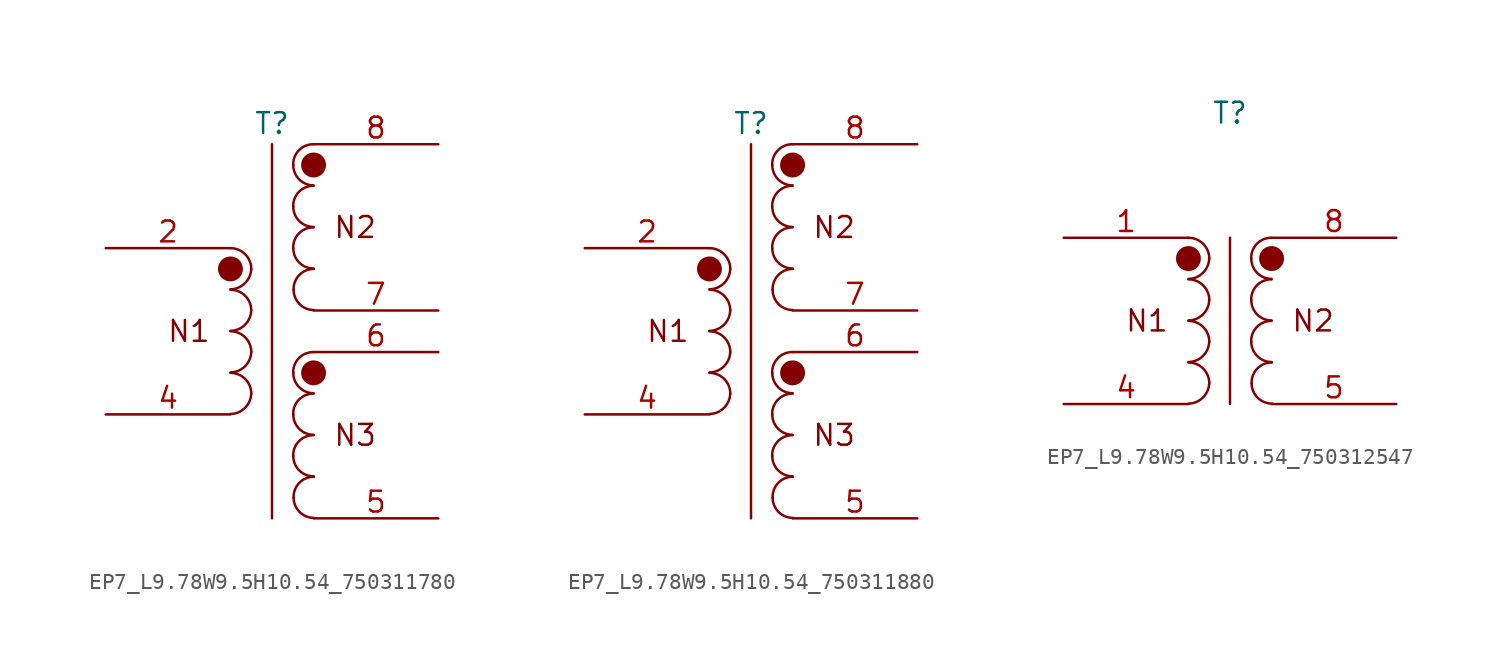
<source format=kicad_sym>
(kicad_symbol_lib
  (version 20220914)
  (generator kicad_symbol_editor)
  (symbol "EP7_L9.78W9.5H10.54_750311780"
    (pin_names hide)
    (property "Reference" "T"
      (at 0 12.7 0)
      (effects (font (size 1.27 1.27))))
    (symbol "EP7_L9.78W9.5H10.54_750311780_0_1"
      (arc (start -2.54 -5.0546) (mid -1.6599 -4.6901) (end -1.27 -3.81) (stroke (width 0) (type default)) (fill (type none)))
      (arc (start -2.54 -2.5146) (mid -1.6599 -2.1501) (end -1.27 -1.27) (stroke (width 0) (type default)) (fill (type none)))
      (arc (start -2.54 0.0254) (mid -1.6599 0.3899) (end -1.27 1.27) (stroke (width 0) (type default)) (fill (type none)))
      (arc (start -2.54 2.5654) (mid -1.6599 2.9299) (end -1.27 3.81) (stroke (width 0) (type default)) (fill (type none)))
      (arc (start -1.27 -3.81) (mid -1.642 -2.912) (end -2.54 -2.54) (stroke (width 0) (type default)) (fill (type none)))
      (arc (start -1.27 -1.27) (mid -1.642 -0.372) (end -2.54 0) (stroke (width 0) (type default)) (fill (type none)))
      (arc (start -1.27 1.27) (mid -1.642 2.168) (end -2.54 2.54) (stroke (width 0) (type default)) (fill (type none)))
      (arc (start -1.27 3.81) (mid -1.642 4.708) (end -2.54 5.08) (stroke (width 0) (type default)) (fill (type none)))
      (polyline (pts (xy 0 11.43) (xy 0 -11.43)) (stroke (width 0) (type default)) (fill (type none)))
      (arc (start 1.2954 -7.62) (mid 1.6599 -8.5001) (end 2.54 -8.8646) (stroke (width 0) (type default)) (fill (type none)))
      (arc (start 1.2954 -5.08) (mid 1.6599 -5.9601) (end 2.54 -6.3246) (stroke (width 0) (type default)) (fill (type none)))
      (arc (start 1.2954 -2.54) (mid 1.6599 -3.4201) (end 2.54 -3.7846) (stroke (width 0) (type default)) (fill (type none)))
      (arc (start 1.2954 5.08) (mid 1.6599 4.1999) (end 2.54 3.8354) (stroke (width 0) (type default)) (fill (type none)))
      (arc (start 1.2954 7.62) (mid 1.6599 6.7399) (end 2.54 6.3754) (stroke (width 0) (type default)) (fill (type none)))
      (arc (start 1.2954 10.16) (mid 1.6599 9.2799) (end 2.54 8.9154) (stroke (width 0) (type default)) (fill (type none)))
      (arc (start 1.3208 -10.16) (mid 1.6855 -11.0399) (end 2.5654 -11.4046) (stroke (width 0) (type default)) (fill (type none)))
      (arc (start 1.3208 2.54) (mid 1.6854 1.6601) (end 2.5654 1.2954) (stroke (width 0) (type default)) (fill (type none)))
      (arc (start 2.54 -6.35) (mid 1.6458 -6.7185) (end 1.2954 -7.62) (stroke (width 0) (type default)) (fill (type none)))
      (arc (start 2.54 -3.81) (mid 1.6458 -4.1785) (end 1.2954 -5.08) (stroke (width 0) (type default)) (fill (type none)))
      (arc (start 2.54 -1.27) (mid 1.6458 -1.6385) (end 1.2954 -2.54) (stroke (width 0) (type default)) (fill (type none)))
      (arc (start 2.54 6.35) (mid 1.6458 5.9815) (end 1.2954 5.08) (stroke (width 0) (type default)) (fill (type none)))
      (arc (start 2.54 8.89) (mid 1.6458 8.5215) (end 1.2954 7.62) (stroke (width 0) (type default)) (fill (type none)))
      (arc (start 2.54 11.43) (mid 1.6458 11.0615) (end 1.2954 10.16) (stroke (width 0) (type default)) (fill (type none)))
      (arc (start 2.5654 -8.89) (mid 1.6709 -9.2583) (end 1.3208 -10.16) (stroke (width 0) (type default)) (fill (type none)))
      (arc (start 2.5654 3.81) (mid 1.6709 3.4417) (end 1.3208 2.54) (stroke (width 0) (type default)) (fill (type none))))
    (symbol "EP7_L9.78W9.5H10.54_750311780_1_1"
      (circle (center -2.54 3.81) (radius 0.0001) (stroke (width 0.762) (type default)) (fill (type none)))
      (circle (center 2.54 -2.54) (radius 0.0001) (stroke (width 0.762) (type default)) (fill (type none)))
      (circle (center 2.54 10.16) (radius 0.0001) (stroke (width 0.762) (type default)) (fill (type none)))
      (text "N1" (at -5.08 0 0) (effects (font (size 1.27 1.27))))
      (text "N2" (at 5.08 6.35 0) (effects (font (size 1.27 1.27))))
      (text "N3" (at 5.08 -6.35 0) (effects (font (size 1.27 1.27))))
      (pin passive line (at -10.16 5.08 0) (length 7.62) (name "2" (effects (font (size 1.27 1.27)))) (number "2" (effects (font (size 1.27 1.27)))))
      (pin passive line (at -10.16 -5.08 0) (length 7.62) (name "4" (effects (font (size 1.27 1.27)))) (number "4" (effects (font (size 1.27 1.27)))))
      (pin passive line (at 10.16 -11.43 180) (length 7.62) (name "5" (effects (font (size 1.27 1.27)))) (number "5" (effects (font (size 1.27 1.27)))))
      (pin passive line (at 10.16 -1.27 180) (length 7.62) (name "6" (effects (font (size 1.27 1.27)))) (number "6" (effects (font (size 1.27 1.27)))))
      (pin passive line (at 10.16 1.27 180) (length 7.62) (name "7" (effects (font (size 1.27 1.27)))) (number "7" (effects (font (size 1.27 1.27)))))
      (pin passive line (at 10.16 11.43 180) (length 7.62) (name "8" (effects (font (size 1.27 1.27)))) (number "8" (effects (font (size 1.27 1.27)))))))
  (symbol "EP7_L9.78W9.5H10.54_750311880"
    (pin_names hide)
    (property "Reference" "T"
      (at 0 12.7 0)
      (effects (font (size 1.27 1.27))))
    (symbol "EP7_L9.78W9.5H10.54_750311880_0_1"
      (arc (start -2.54 -5.0546) (mid -1.6599 -4.6901) (end -1.27 -3.81) (stroke (width 0) (type default)) (fill (type none)))
      (arc (start -2.54 -2.5146) (mid -1.6599 -2.1501) (end -1.27 -1.27) (stroke (width 0) (type default)) (fill (type none)))
      (arc (start -2.54 0.0254) (mid -1.6599 0.3899) (end -1.27 1.27) (stroke (width 0) (type default)) (fill (type none)))
      (arc (start -2.54 2.5654) (mid -1.6599 2.9299) (end -1.27 3.81) (stroke (width 0) (type default)) (fill (type none)))
      (arc (start -1.27 -3.81) (mid -1.642 -2.912) (end -2.54 -2.54) (stroke (width 0) (type default)) (fill (type none)))
      (arc (start -1.27 -1.27) (mid -1.642 -0.372) (end -2.54 0) (stroke (width 0) (type default)) (fill (type none)))
      (arc (start -1.27 1.27) (mid -1.642 2.168) (end -2.54 2.54) (stroke (width 0) (type default)) (fill (type none)))
      (arc (start -1.27 3.81) (mid -1.642 4.708) (end -2.54 5.08) (stroke (width 0) (type default)) (fill (type none)))
      (polyline (pts (xy 0 11.43) (xy 0 -11.43)) (stroke (width 0) (type default)) (fill (type none)))
      (arc (start 1.2954 -7.62) (mid 1.6599 -8.5001) (end 2.54 -8.8646) (stroke (width 0) (type default)) (fill (type none)))
      (arc (start 1.2954 -5.08) (mid 1.6599 -5.9601) (end 2.54 -6.3246) (stroke (width 0) (type default)) (fill (type none)))
      (arc (start 1.2954 -2.54) (mid 1.6599 -3.4201) (end 2.54 -3.7846) (stroke (width 0) (type default)) (fill (type none)))
      (arc (start 1.2954 5.08) (mid 1.6599 4.1999) (end 2.54 3.8354) (stroke (width 0) (type default)) (fill (type none)))
      (arc (start 1.2954 7.62) (mid 1.6599 6.7399) (end 2.54 6.3754) (stroke (width 0) (type default)) (fill (type none)))
      (arc (start 1.2954 10.16) (mid 1.6599 9.2799) (end 2.54 8.9154) (stroke (width 0) (type default)) (fill (type none)))
      (arc (start 1.3208 -10.16) (mid 1.6855 -11.0399) (end 2.5654 -11.4046) (stroke (width 0) (type default)) (fill (type none)))
      (arc (start 1.3208 2.54) (mid 1.6854 1.6601) (end 2.5654 1.2954) (stroke (width 0) (type default)) (fill (type none)))
      (arc (start 2.54 -6.35) (mid 1.6458 -6.7185) (end 1.2954 -7.62) (stroke (width 0) (type default)) (fill (type none)))
      (arc (start 2.54 -3.81) (mid 1.6458 -4.1785) (end 1.2954 -5.08) (stroke (width 0) (type default)) (fill (type none)))
      (arc (start 2.54 -1.27) (mid 1.6458 -1.6385) (end 1.2954 -2.54) (stroke (width 0) (type default)) (fill (type none)))
      (arc (start 2.54 6.35) (mid 1.6458 5.9815) (end 1.2954 5.08) (stroke (width 0) (type default)) (fill (type none)))
      (arc (start 2.54 8.89) (mid 1.6458 8.5215) (end 1.2954 7.62) (stroke (width 0) (type default)) (fill (type none)))
      (arc (start 2.54 11.43) (mid 1.6458 11.0615) (end 1.2954 10.16) (stroke (width 0) (type default)) (fill (type none)))
      (arc (start 2.5654 -8.89) (mid 1.6709 -9.2583) (end 1.3208 -10.16) (stroke (width 0) (type default)) (fill (type none)))
      (arc (start 2.5654 3.81) (mid 1.6709 3.4417) (end 1.3208 2.54) (stroke (width 0) (type default)) (fill (type none))))
    (symbol "EP7_L9.78W9.5H10.54_750311880_1_1"
      (circle (center -2.54 3.81) (radius 0.0001) (stroke (width 0.762) (type default)) (fill (type none)))
      (circle (center 2.54 -2.54) (radius 0.0001) (stroke (width 0.762) (type default)) (fill (type none)))
      (circle (center 2.54 10.16) (radius 0.0001) (stroke (width 0.762) (type default)) (fill (type none)))
      (text "N1" (at -5.08 0 0) (effects (font (size 1.27 1.27))))
      (text "N2" (at 5.08 6.35 0) (effects (font (size 1.27 1.27))))
      (text "N3" (at 5.08 -6.35 0) (effects (font (size 1.27 1.27))))
      (pin passive line (at -10.16 5.08 0) (length 7.62) (name "2" (effects (font (size 1.27 1.27)))) (number "2" (effects (font (size 1.27 1.27)))))
      (pin passive line (at -10.16 -5.08 0) (length 7.62) (name "4" (effects (font (size 1.27 1.27)))) (number "4" (effects (font (size 1.27 1.27)))))
      (pin passive line (at 10.16 -11.43 180) (length 7.62) (name "5" (effects (font (size 1.27 1.27)))) (number "5" (effects (font (size 1.27 1.27)))))
      (pin passive line (at 10.16 -1.27 180) (length 7.62) (name "6" (effects (font (size 1.27 1.27)))) (number "6" (effects (font (size 1.27 1.27)))))
      (pin passive line (at 10.16 1.27 180) (length 7.62) (name "7" (effects (font (size 1.27 1.27)))) (number "7" (effects (font (size 1.27 1.27)))))
      (pin passive line (at 10.16 11.43 180) (length 7.62) (name "8" (effects (font (size 1.27 1.27)))) (number "8" (effects (font (size 1.27 1.27)))))))
  (symbol "EP7_L9.78W9.5H10.54_750312547"
    (pin_names hide)
    (property "Reference" "T"
      (at 0 12.7 0)
      (effects (font (size 1.27 1.27))))
    (symbol "EP7_L9.78W9.5H10.54_750312547_0_1"
      (arc (start -2.54 -5.0546) (mid -1.6599 -4.6901) (end -1.27 -3.81) (stroke (width 0) (type default)) (fill (type none)))
      (arc (start -2.54 -2.5146) (mid -1.6599 -2.1501) (end -1.27 -1.27) (stroke (width 0) (type default)) (fill (type none)))
      (arc (start -2.54 0.0254) (mid -1.6599 0.3899) (end -1.27 1.27) (stroke (width 0) (type default)) (fill (type none)))
      (arc (start -2.54 2.5654) (mid -1.6599 2.9299) (end -1.27 3.81) (stroke (width 0) (type default)) (fill (type none)))
      (arc (start -1.27 -3.81) (mid -1.642 -2.912) (end -2.54 -2.54) (stroke (width 0) (type default)) (fill (type none)))
      (arc (start -1.27 -1.27) (mid -1.642 -0.372) (end -2.54 0) (stroke (width 0) (type default)) (fill (type none)))
      (arc (start -1.27 1.27) (mid -1.642 2.168) (end -2.54 2.54) (stroke (width 0) (type default)) (fill (type none)))
      (arc (start -1.27 3.81) (mid -1.642 4.708) (end -2.54 5.08) (stroke (width 0) (type default)) (fill (type none)))
      (polyline (pts (xy 0 5.08) (xy 0 -5.08)) (stroke (width 0) (type default)) (fill (type none)))
      (arc (start 1.2954 -1.27) (mid 1.6599 -2.1501) (end 2.54 -2.5146) (stroke (width 0) (type default)) (fill (type none)))
      (arc (start 1.2954 1.27) (mid 1.6599 0.3899) (end 2.54 0.0254) (stroke (width 0) (type default)) (fill (type none)))
      (arc (start 1.2954 3.81) (mid 1.6599 2.9299) (end 2.54 2.5654) (stroke (width 0) (type default)) (fill (type none)))
      (arc (start 1.3208 -3.81) (mid 1.6853 -4.6901) (end 2.5654 -5.0546) (stroke (width 0) (type default)) (fill (type none)))
      (arc (start 2.54 0) (mid 1.642 -0.372) (end 1.2954 -1.27) (stroke (width 0) (type default)) (fill (type none)))
      (arc (start 2.54 2.54) (mid 1.642 2.168) (end 1.2954 1.27) (stroke (width 0) (type default)) (fill (type none)))
      (arc (start 2.54 5.08) (mid 1.642 4.708) (end 1.2954 3.81) (stroke (width 0) (type default)) (fill (type none)))
      (arc (start 2.5654 -2.54) (mid 1.6674 -2.912) (end 1.3208 -3.81) (stroke (width 0) (type default)) (fill (type none))))
    (symbol "EP7_L9.78W9.5H10.54_750312547_1_1"
      (circle (center -2.54 3.81) (radius 0.0001) (stroke (width 0.762) (type default)) (fill (type none)))
      (circle (center 2.54 3.81) (radius 0.0001) (stroke (width 0.762) (type default)) (fill (type none)))
      (text "N1" (at -5.08 0 0) (effects (font (size 1.27 1.27))))
      (text "N2" (at 5.08 0 0) (effects (font (size 1.27 1.27))))
      (pin passive line (at -10.16 5.08 0) (length 7.62) (name "1" (effects (font (size 1.27 1.27)))) (number "1" (effects (font (size 1.27 1.27)))))
      (pin passive line (at -10.16 -5.08 0) (length 7.62) (name "4" (effects (font (size 1.27 1.27)))) (number "4" (effects (font (size 1.27 1.27)))))
      (pin passive line (at 10.16 -5.08 180) (length 7.62) (name "5" (effects (font (size 1.27 1.27)))) (number "5" (effects (font (size 1.27 1.27)))))
      (pin passive line (at 10.16 5.08 180) (length 7.62) (name "8" (effects (font (size 1.27 1.27)))) (number "8" (effects (font (size 1.27 1.27))))))))
</source>
